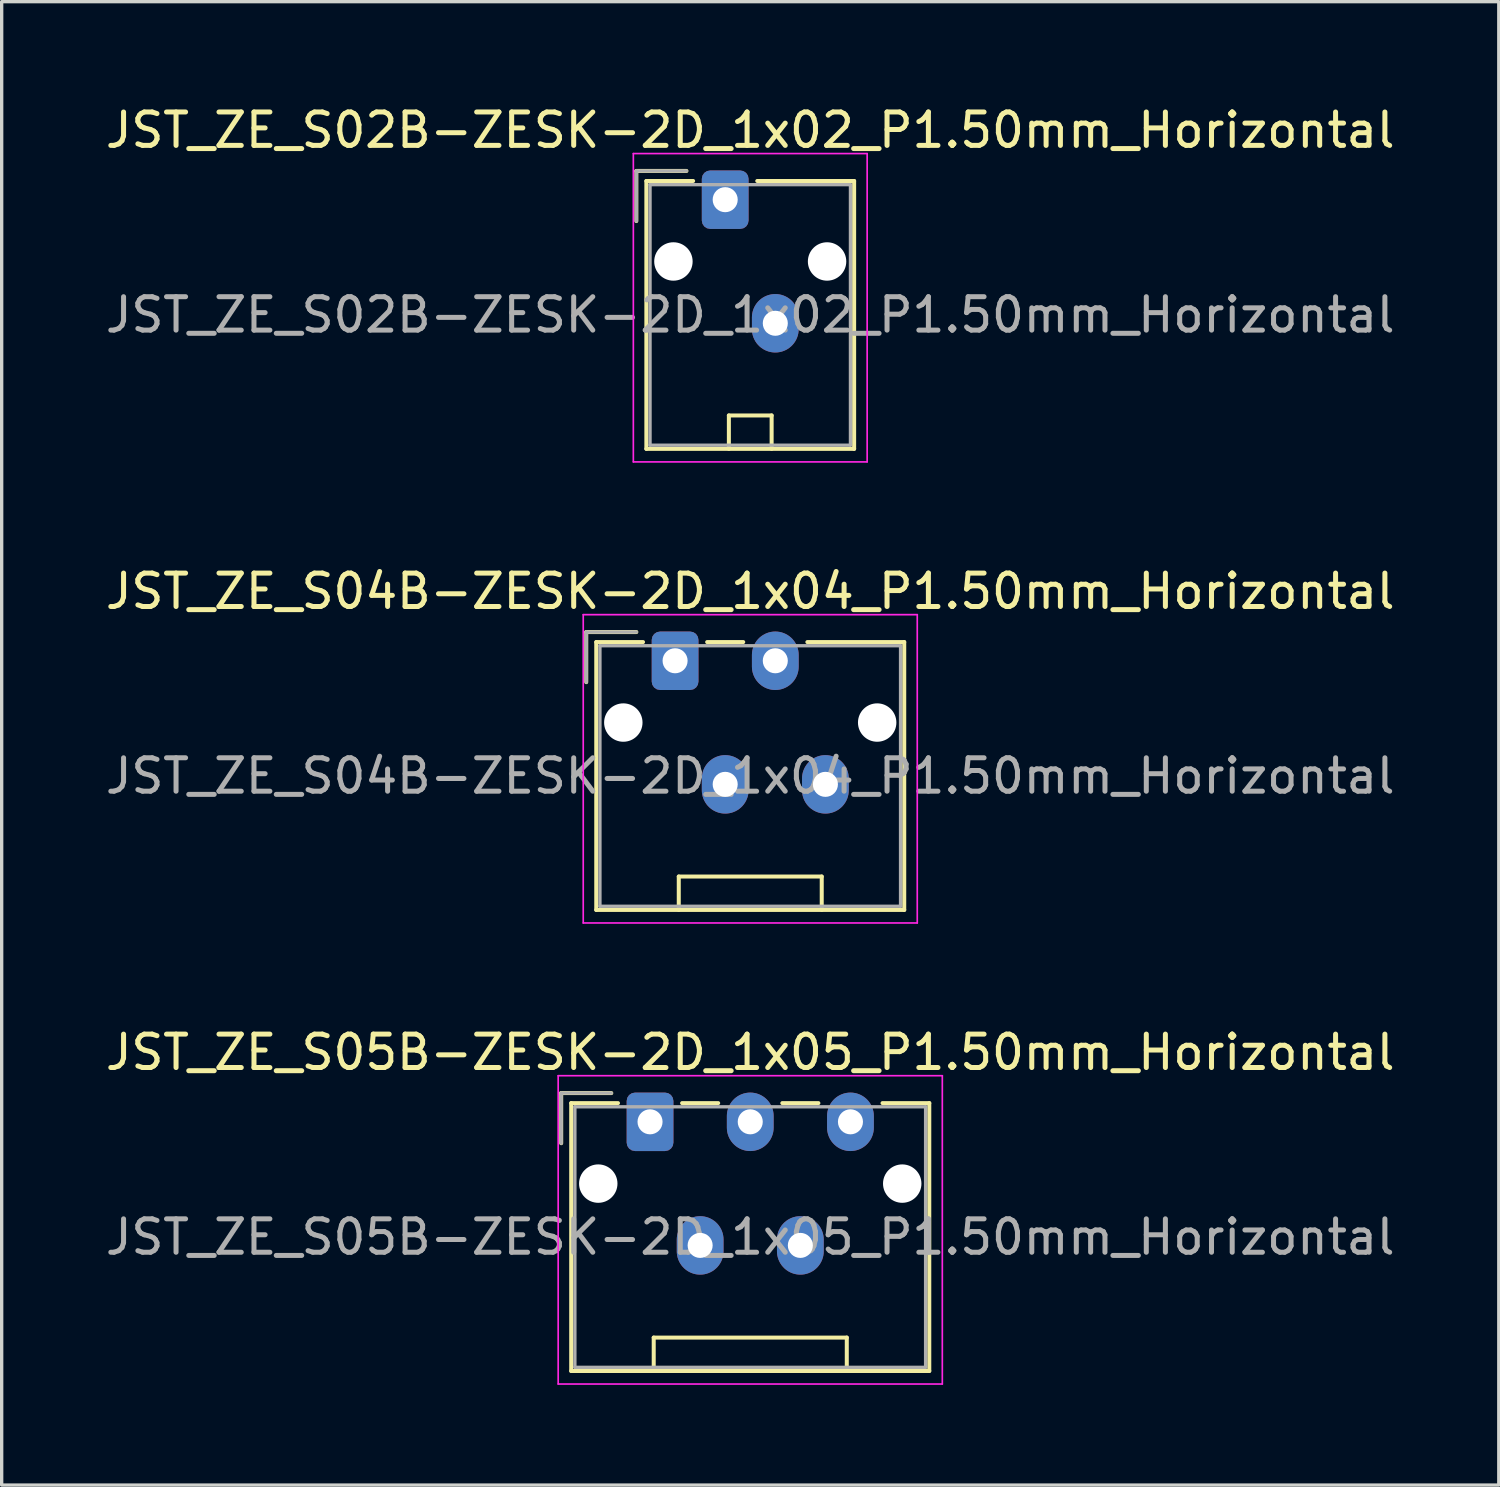
<source format=kicad_pcb>
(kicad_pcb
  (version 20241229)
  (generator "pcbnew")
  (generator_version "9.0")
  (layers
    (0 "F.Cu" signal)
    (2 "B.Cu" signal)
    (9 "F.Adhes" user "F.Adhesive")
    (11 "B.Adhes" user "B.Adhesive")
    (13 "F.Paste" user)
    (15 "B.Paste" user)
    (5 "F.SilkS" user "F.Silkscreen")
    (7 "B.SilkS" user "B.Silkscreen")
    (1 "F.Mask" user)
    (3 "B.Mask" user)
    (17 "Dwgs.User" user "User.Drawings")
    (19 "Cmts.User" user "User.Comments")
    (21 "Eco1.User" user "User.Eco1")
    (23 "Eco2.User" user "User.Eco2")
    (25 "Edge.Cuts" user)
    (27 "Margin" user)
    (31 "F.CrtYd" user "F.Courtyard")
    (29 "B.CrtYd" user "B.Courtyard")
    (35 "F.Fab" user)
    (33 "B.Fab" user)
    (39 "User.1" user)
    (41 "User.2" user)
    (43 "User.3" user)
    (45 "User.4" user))
  (footprint "JST_ZE_S02B-ZESK-2D_1x02_P1.50mm_Horizontal"
    (layer "F.Cu")
    (at 18.661 2.928)
    (property "Reference" "JST_ZE_S02B-ZESK-2D_1x02_P1.50mm_Horizontal" (at 0.75 -2.08 0) (layer "F.SilkS") (effects (font (size 1 1) (thickness 0.15))))
    (attr through_hole)
    (fp_line (start -2.66 -0.86) (end -1.16 -0.86) (stroke (width 0.12) (type solid)) (layer "F.SilkS"))
    (fp_line (start -2.66 0.64) (end -2.66 -0.86) (stroke (width 0.12) (type solid)) (layer "F.SilkS"))
    (fp_line (start -2.36 -0.56) (end -2.36 7.46) (stroke (width 0.12) (type solid)) (layer "F.SilkS"))
    (fp_line (start -2.36 7.46) (end 3.86 7.46) (stroke (width 0.12) (type solid)) (layer "F.SilkS"))
    (fp_line (start -0.96 -0.56) (end -2.36 -0.56) (stroke (width 0.12) (type solid)) (layer "F.SilkS"))
    (fp_line (start 0.11 6.46) (end 1.39 6.46) (stroke (width 0.12) (type solid)) (layer "F.SilkS"))
    (fp_line (start 0.11 7.46) (end 0.11 6.46) (stroke (width 0.12) (type solid)) (layer "F.SilkS"))
    (fp_line (start 1.39 6.46) (end 1.39 7.46) (stroke (width 0.12) (type solid)) (layer "F.SilkS"))
    (fp_line (start 3.86 -0.56) (end 0.96 -0.56) (stroke (width 0.12) (type solid)) (layer "F.SilkS"))
    (fp_line (start 3.86 7.46) (end 3.86 -0.56) (stroke (width 0.12) (type solid)) (layer "F.SilkS"))
    (fp_line (start -2.75 -1.38) (end -2.75 7.85) (stroke (width 0.05) (type solid)) (layer "F.CrtYd"))
    (fp_line (start -2.75 7.85) (end 4.25 7.85) (stroke (width 0.05) (type solid)) (layer "F.CrtYd"))
    (fp_line (start 4.25 -1.38) (end -2.75 -1.38) (stroke (width 0.05) (type solid)) (layer "F.CrtYd"))
    (fp_line (start 4.25 7.85) (end 4.25 -1.38) (stroke (width 0.05) (type solid)) (layer "F.CrtYd"))
    (fp_line (start -2.66 -0.86) (end -1.16 -0.86) (stroke (width 0.1) (type solid)) (layer "F.Fab"))
    (fp_line (start -2.66 0.64) (end -2.66 -0.86) (stroke (width 0.1) (type solid)) (layer "F.Fab"))
    (fp_line (start -2.25 -0.45) (end -2.25 7.35) (stroke (width 0.1) (type solid)) (layer "F.Fab"))
    (fp_line (start -2.25 7.35) (end 3.75 7.35) (stroke (width 0.1) (type solid)) (layer "F.Fab"))
    (fp_line (start 3.75 -0.45) (end -2.25 -0.45) (stroke (width 0.1) (type solid)) (layer "F.Fab"))
    (fp_line (start 3.75 7.35) (end 3.75 -0.45) (stroke (width 0.1) (type solid)) (layer "F.Fab"))
    (fp_text user "${REFERENCE}" (at 0.75 3.45 0) (layer "F.Fab") (effects (font (size 1 1) (thickness 0.15))))
    (pad "" np_thru_hole circle (at -1.55 1.85) (size 1.15 1.15) (drill 1.15) (layers "*.Cu" "*.Mask"))
    (pad "" np_thru_hole circle (at 3.05 1.85) (size 1.15 1.15) (drill 1.15) (layers "*.Cu" "*.Mask"))
    (pad "1" thru_hole roundrect (at 0 0) (size 1.4 1.75) (drill 0.75) (layers "*.Cu" "*.Mask") (roundrect_rratio 0.179))
    (pad "2" thru_hole oval (at 1.5 3.7) (size 1.4 1.75) (drill 0.75) (layers "*.Cu" "*.Mask")))
  (footprint "JST_ZE_S04B-ZESK-2D_1x04_P1.50mm_Horizontal"
    (layer "F.Cu")
    (at 17.161 16.732)
    (property "Reference" "JST_ZE_S04B-ZESK-2D_1x04_P1.50mm_Horizontal" (at 2.25 -2.08 0) (layer "F.SilkS") (effects (font (size 1 1) (thickness 0.15))))
    (attr through_hole)
    (fp_line (start -2.66 -0.86) (end -1.16 -0.86) (stroke (width 0.12) (type solid)) (layer "F.SilkS"))
    (fp_line (start -2.66 0.64) (end -2.66 -0.86) (stroke (width 0.12) (type solid)) (layer "F.SilkS"))
    (fp_line (start -2.36 -0.56) (end -2.36 7.46) (stroke (width 0.12) (type solid)) (layer "F.SilkS"))
    (fp_line (start -2.36 7.46) (end 6.86 7.46) (stroke (width 0.12) (type solid)) (layer "F.SilkS"))
    (fp_line (start -0.96 -0.56) (end -2.36 -0.56) (stroke (width 0.12) (type solid)) (layer "F.SilkS"))
    (fp_line (start 0.11 6.46) (end 4.39 6.46) (stroke (width 0.12) (type solid)) (layer "F.SilkS"))
    (fp_line (start 0.11 7.46) (end 0.11 6.46) (stroke (width 0.12) (type solid)) (layer "F.SilkS"))
    (fp_line (start 0.96 -0.56) (end 2.04 -0.56) (stroke (width 0.12) (type solid)) (layer "F.SilkS"))
    (fp_line (start 4.39 6.46) (end 4.39 7.46) (stroke (width 0.12) (type solid)) (layer "F.SilkS"))
    (fp_line (start 6.86 -0.56) (end 3.96 -0.56) (stroke (width 0.12) (type solid)) (layer "F.SilkS"))
    (fp_line (start 6.86 7.46) (end 6.86 -0.56) (stroke (width 0.12) (type solid)) (layer "F.SilkS"))
    (fp_line (start -2.75 -1.38) (end -2.75 7.85) (stroke (width 0.05) (type solid)) (layer "F.CrtYd"))
    (fp_line (start -2.75 7.85) (end 7.25 7.85) (stroke (width 0.05) (type solid)) (layer "F.CrtYd"))
    (fp_line (start 7.25 -1.38) (end -2.75 -1.38) (stroke (width 0.05) (type solid)) (layer "F.CrtYd"))
    (fp_line (start 7.25 7.85) (end 7.25 -1.38) (stroke (width 0.05) (type solid)) (layer "F.CrtYd"))
    (fp_line (start -2.66 -0.86) (end -1.16 -0.86) (stroke (width 0.1) (type solid)) (layer "F.Fab"))
    (fp_line (start -2.66 0.64) (end -2.66 -0.86) (stroke (width 0.1) (type solid)) (layer "F.Fab"))
    (fp_line (start -2.25 -0.45) (end -2.25 7.35) (stroke (width 0.1) (type solid)) (layer "F.Fab"))
    (fp_line (start -2.25 7.35) (end 6.75 7.35) (stroke (width 0.1) (type solid)) (layer "F.Fab"))
    (fp_line (start 6.75 -0.45) (end -2.25 -0.45) (stroke (width 0.1) (type solid)) (layer "F.Fab"))
    (fp_line (start 6.75 7.35) (end 6.75 -0.45) (stroke (width 0.1) (type solid)) (layer "F.Fab"))
    (fp_text user "${REFERENCE}" (at 2.25 3.45 0) (layer "F.Fab") (effects (font (size 1 1) (thickness 0.15))))
    (pad "" np_thru_hole circle (at -1.55 1.85) (size 1.15 1.15) (drill 1.15) (layers "*.Cu" "*.Mask"))
    (pad "" np_thru_hole circle (at 6.05 1.85) (size 1.15 1.15) (drill 1.15) (layers "*.Cu" "*.Mask"))
    (pad "1" thru_hole roundrect (at 0 0) (size 1.4 1.75) (drill 0.75) (layers "*.Cu" "*.Mask") (roundrect_rratio 0.179))
    (pad "2" thru_hole oval (at 1.5 3.7) (size 1.4 1.75) (drill 0.75) (layers "*.Cu" "*.Mask"))
    (pad "3" thru_hole oval (at 3 0) (size 1.4 1.75) (drill 0.75) (layers "*.Cu" "*.Mask"))
    (pad "4" thru_hole oval (at 4.5 3.7) (size 1.4 1.75) (drill 0.75) (layers "*.Cu" "*.Mask")))
  (footprint "JST_ZE_S05B-ZESK-2D_1x05_P1.50mm_Horizontal"
    (layer "F.Cu")
    (at 16.411 30.535)
    (property "Reference" "JST_ZE_S05B-ZESK-2D_1x05_P1.50mm_Horizontal" (at 3 -2.08 0) (layer "F.SilkS") (effects (font (size 1 1) (thickness 0.15))))
    (attr through_hole)
    (fp_line (start -2.66 -0.86) (end -1.16 -0.86) (stroke (width 0.12) (type solid)) (layer "F.SilkS"))
    (fp_line (start -2.66 0.64) (end -2.66 -0.86) (stroke (width 0.12) (type solid)) (layer "F.SilkS"))
    (fp_line (start -2.36 -0.56) (end -2.36 7.46) (stroke (width 0.12) (type solid)) (layer "F.SilkS"))
    (fp_line (start -2.36 7.46) (end 8.36 7.46) (stroke (width 0.12) (type solid)) (layer "F.SilkS"))
    (fp_line (start -0.96 -0.56) (end -2.36 -0.56) (stroke (width 0.12) (type solid)) (layer "F.SilkS"))
    (fp_line (start 0.11 6.46) (end 5.89 6.46) (stroke (width 0.12) (type solid)) (layer "F.SilkS"))
    (fp_line (start 0.11 7.46) (end 0.11 6.46) (stroke (width 0.12) (type solid)) (layer "F.SilkS"))
    (fp_line (start 0.96 -0.56) (end 2.04 -0.56) (stroke (width 0.12) (type solid)) (layer "F.SilkS"))
    (fp_line (start 3.96 -0.56) (end 5.04 -0.56) (stroke (width 0.12) (type solid)) (layer "F.SilkS"))
    (fp_line (start 5.89 6.46) (end 5.89 7.46) (stroke (width 0.12) (type solid)) (layer "F.SilkS"))
    (fp_line (start 8.36 -0.56) (end 6.96 -0.56) (stroke (width 0.12) (type solid)) (layer "F.SilkS"))
    (fp_line (start 8.36 7.46) (end 8.36 -0.56) (stroke (width 0.12) (type solid)) (layer "F.SilkS"))
    (fp_line (start -2.75 -1.38) (end -2.75 7.85) (stroke (width 0.05) (type solid)) (layer "F.CrtYd"))
    (fp_line (start -2.75 7.85) (end 8.75 7.85) (stroke (width 0.05) (type solid)) (layer "F.CrtYd"))
    (fp_line (start 8.75 -1.38) (end -2.75 -1.38) (stroke (width 0.05) (type solid)) (layer "F.CrtYd"))
    (fp_line (start 8.75 7.85) (end 8.75 -1.38) (stroke (width 0.05) (type solid)) (layer "F.CrtYd"))
    (fp_line (start -2.66 -0.86) (end -1.16 -0.86) (stroke (width 0.1) (type solid)) (layer "F.Fab"))
    (fp_line (start -2.66 0.64) (end -2.66 -0.86) (stroke (width 0.1) (type solid)) (layer "F.Fab"))
    (fp_line (start -2.25 -0.45) (end -2.25 7.35) (stroke (width 0.1) (type solid)) (layer "F.Fab"))
    (fp_line (start -2.25 7.35) (end 8.25 7.35) (stroke (width 0.1) (type solid)) (layer "F.Fab"))
    (fp_line (start 8.25 -0.45) (end -2.25 -0.45) (stroke (width 0.1) (type solid)) (layer "F.Fab"))
    (fp_line (start 8.25 7.35) (end 8.25 -0.45) (stroke (width 0.1) (type solid)) (layer "F.Fab"))
    (fp_text user "${REFERENCE}" (at 3 3.45 0) (layer "F.Fab") (effects (font (size 1 1) (thickness 0.15))))
    (pad "" np_thru_hole circle (at -1.55 1.85) (size 1.15 1.15) (drill 1.15) (layers "*.Cu" "*.Mask"))
    (pad "" np_thru_hole circle (at 7.55 1.85) (size 1.15 1.15) (drill 1.15) (layers "*.Cu" "*.Mask"))
    (pad "1" thru_hole roundrect (at 0 0) (size 1.4 1.75) (drill 0.75) (layers "*.Cu" "*.Mask") (roundrect_rratio 0.179))
    (pad "2" thru_hole oval (at 1.5 3.7) (size 1.4 1.75) (drill 0.75) (layers "*.Cu" "*.Mask"))
    (pad "3" thru_hole oval (at 3 0) (size 1.4 1.75) (drill 0.75) (layers "*.Cu" "*.Mask"))
    (pad "4" thru_hole oval (at 4.5 3.7) (size 1.4 1.75) (drill 0.75) (layers "*.Cu" "*.Mask"))
    (pad "5" thru_hole oval (at 6 0) (size 1.4 1.75) (drill 0.75) (layers "*.Cu" "*.Mask")))
  (gr_rect
    (start -3 -3)
    (end 41.821 41.41)
    (stroke (width 0.1) (type default))
    (fill no)
    (layer "Edge.Cuts")))
</source>
